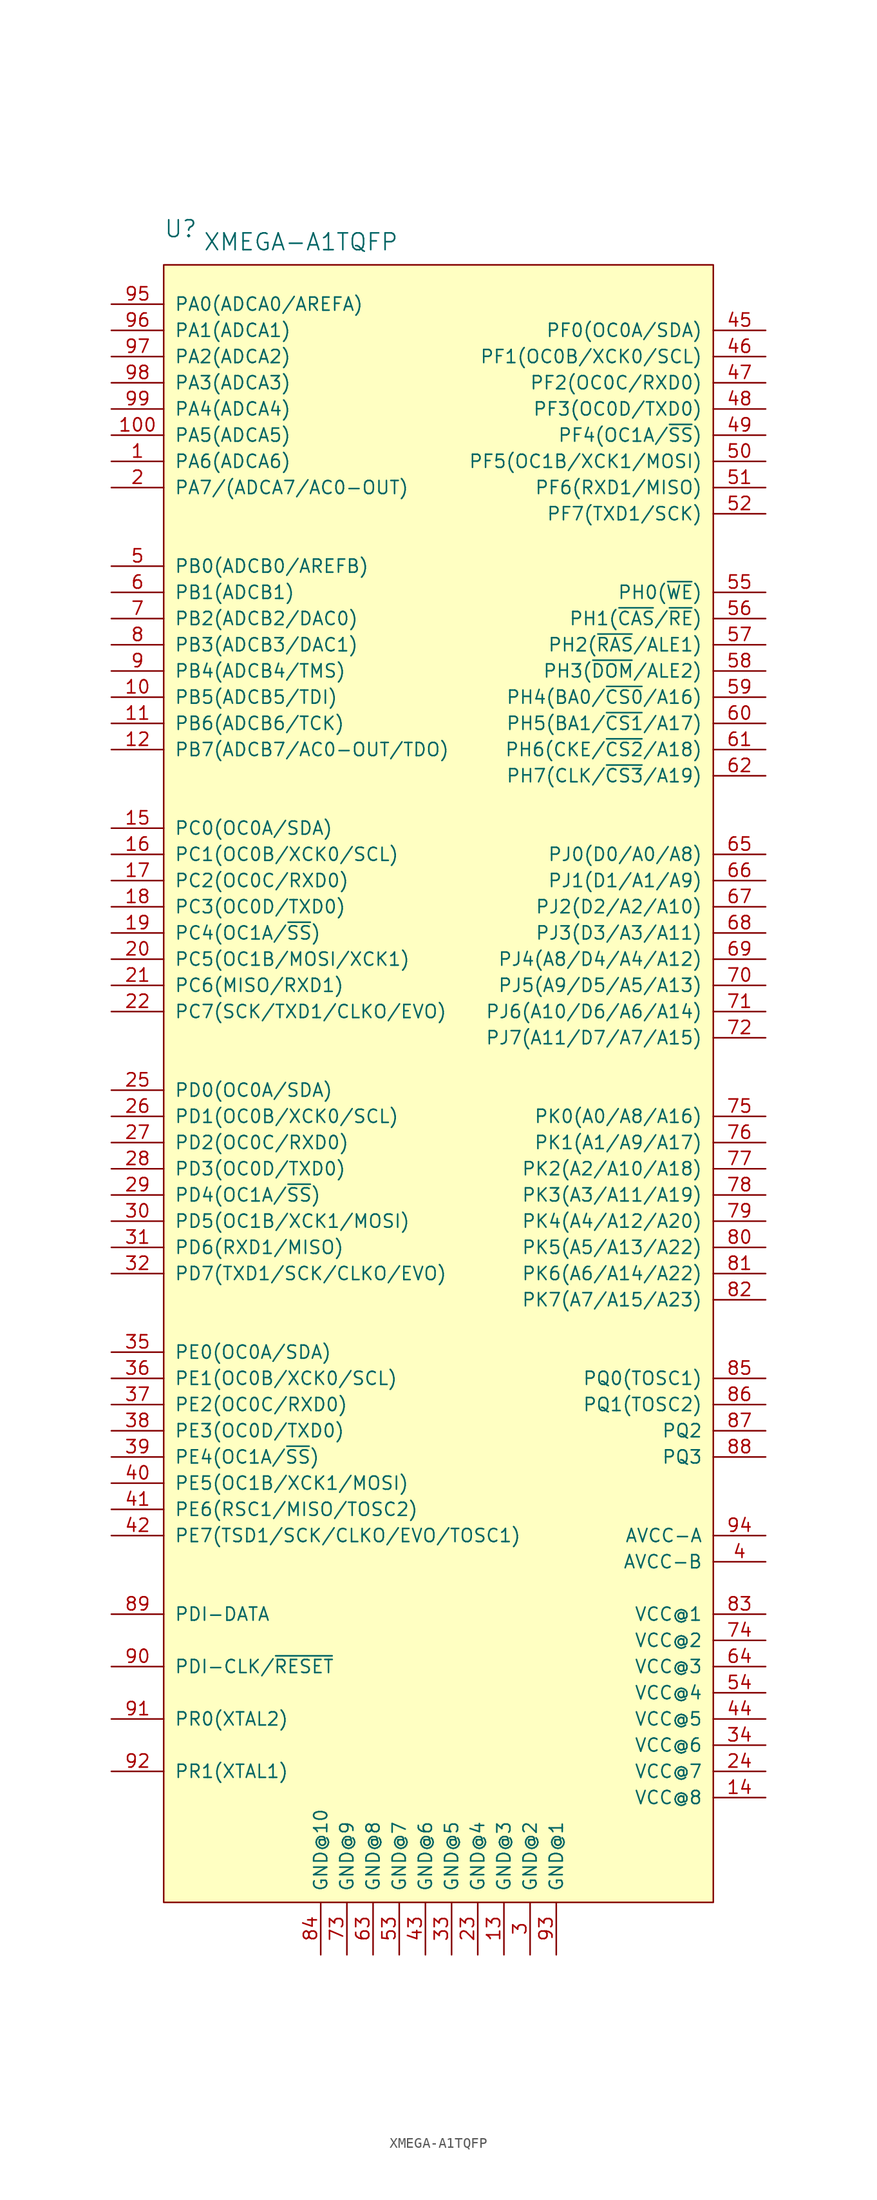
<source format=kicad_sym>
(kicad_symbol_lib
  (version 20211014)
  (generator kicad_symbol_editor)
  (symbol "XMEGA-A1TQFP"
    (pin_names
      (offset 1.016))
    (property "Reference" "U"
      (at -25.4 115.57 0)
      (effects (font (size 1.626 1.626)) (justify left bottom)))
    (property "Value" "XMEGA-A1TQFP"
      (at -21.59 114.3 0)
      (effects (font (size 1.626 1.626)) (justify left bottom)))
    (symbol "XMEGA-A1TQFP_0_1"
      (rectangle (start -25.4 113.03) (end 27.94 -45.72) (stroke (width 0) (type default) (color 0 0 0 0)) (fill (type background))))
    (symbol "XMEGA-A1TQFP_1_0"
      (pin bidirectional line (at -30.48 93.98 0) (length 5.08) (name "PA6(ADCA6)" (effects (font (size 1.27 1.27)))) (number "1" (effects (font (size 1.27 1.27)))))
      (pin bidirectional line (at -30.48 71.12 0) (length 5.08) (name "PB5(ADCB5/TDI)" (effects (font (size 1.27 1.27)))) (number "10" (effects (font (size 1.27 1.27)))))
      (pin bidirectional line (at -30.48 96.52 0) (length 5.08) (name "PA5(ADCA5)" (effects (font (size 1.27 1.27)))) (number "100" (effects (font (size 1.27 1.27)))))
      (pin bidirectional line (at -30.48 68.58 0) (length 5.08) (name "PB6(ADCB6/TCK)" (effects (font (size 1.27 1.27)))) (number "11" (effects (font (size 1.27 1.27)))))
      (pin bidirectional line (at -30.48 66.04 0) (length 5.08) (name "PB7(ADCB7/AC0-OUT/TDO)" (effects (font (size 1.27 1.27)))) (number "12" (effects (font (size 1.27 1.27)))))
      (pin power_in line (at 7.62 -50.8 90) (length 5.08) (name "GND@3" (effects (font (size 1.27 1.27)))) (number "13" (effects (font (size 1.27 1.27)))))
      (pin power_in line (at 33.02 -35.56 180) (length 5.08) (name "VCC@8" (effects (font (size 1.27 1.27)))) (number "14" (effects (font (size 1.27 1.27)))))
      (pin bidirectional line (at -30.48 58.42 0) (length 5.08) (name "PC0(OC0A/SDA)" (effects (font (size 1.27 1.27)))) (number "15" (effects (font (size 1.27 1.27)))))
      (pin bidirectional line (at -30.48 55.88 0) (length 5.08) (name "PC1(OC0B/XCK0/SCL)" (effects (font (size 1.27 1.27)))) (number "16" (effects (font (size 1.27 1.27)))))
      (pin bidirectional line (at -30.48 53.34 0) (length 5.08) (name "PC2(OC0C/RXD0)" (effects (font (size 1.27 1.27)))) (number "17" (effects (font (size 1.27 1.27)))))
      (pin bidirectional line (at -30.48 50.8 0) (length 5.08) (name "PC3(OC0D/TXD0)" (effects (font (size 1.27 1.27)))) (number "18" (effects (font (size 1.27 1.27)))))
      (pin bidirectional line (at -30.48 48.26 0) (length 5.08) (name "PC4(OC1A/~{SS})" (effects (font (size 1.27 1.27)))) (number "19" (effects (font (size 1.27 1.27)))))
      (pin bidirectional line (at -30.48 91.44 0) (length 5.08) (name "PA7/(ADCA7/AC0-OUT)" (effects (font (size 1.27 1.27)))) (number "2" (effects (font (size 1.27 1.27)))))
      (pin bidirectional line (at -30.48 45.72 0) (length 5.08) (name "PC5(OC1B/MOSI/XCK1)" (effects (font (size 1.27 1.27)))) (number "20" (effects (font (size 1.27 1.27)))))
      (pin bidirectional line (at -30.48 43.18 0) (length 5.08) (name "PC6(MISO/RXD1)" (effects (font (size 1.27 1.27)))) (number "21" (effects (font (size 1.27 1.27)))))
      (pin bidirectional line (at -30.48 40.64 0) (length 5.08) (name "PC7(SCK/TXD1/CLKO/EVO)" (effects (font (size 1.27 1.27)))) (number "22" (effects (font (size 1.27 1.27)))))
      (pin power_in line (at 5.08 -50.8 90) (length 5.08) (name "GND@4" (effects (font (size 1.27 1.27)))) (number "23" (effects (font (size 1.27 1.27)))))
      (pin power_in line (at 33.02 -33.02 180) (length 5.08) (name "VCC@7" (effects (font (size 1.27 1.27)))) (number "24" (effects (font (size 1.27 1.27)))))
      (pin bidirectional line (at -30.48 33.02 0) (length 5.08) (name "PD0(OC0A/SDA)" (effects (font (size 1.27 1.27)))) (number "25" (effects (font (size 1.27 1.27)))))
      (pin bidirectional line (at -30.48 30.48 0) (length 5.08) (name "PD1(OC0B/XCK0/SCL)" (effects (font (size 1.27 1.27)))) (number "26" (effects (font (size 1.27 1.27)))))
      (pin bidirectional line (at -30.48 27.94 0) (length 5.08) (name "PD2(OC0C/RXD0)" (effects (font (size 1.27 1.27)))) (number "27" (effects (font (size 1.27 1.27)))))
      (pin bidirectional line (at -30.48 25.4 0) (length 5.08) (name "PD3(OC0D/TXD0)" (effects (font (size 1.27 1.27)))) (number "28" (effects (font (size 1.27 1.27)))))
      (pin bidirectional line (at -30.48 22.86 0) (length 5.08) (name "PD4(OC1A/~{SS})" (effects (font (size 1.27 1.27)))) (number "29" (effects (font (size 1.27 1.27)))))
      (pin power_in line (at 10.16 -50.8 90) (length 5.08) (name "GND@2" (effects (font (size 1.27 1.27)))) (number "3" (effects (font (size 1.27 1.27)))))
      (pin bidirectional line (at -30.48 20.32 0) (length 5.08) (name "PD5(OC1B/XCK1/MOSI)" (effects (font (size 1.27 1.27)))) (number "30" (effects (font (size 1.27 1.27)))))
      (pin bidirectional line (at -30.48 17.78 0) (length 5.08) (name "PD6(RXD1/MISO)" (effects (font (size 1.27 1.27)))) (number "31" (effects (font (size 1.27 1.27)))))
      (pin bidirectional line (at -30.48 15.24 0) (length 5.08) (name "PD7(TXD1/SCK/CLKO/EVO)" (effects (font (size 1.27 1.27)))) (number "32" (effects (font (size 1.27 1.27)))))
      (pin power_in line (at 2.54 -50.8 90) (length 5.08) (name "GND@5" (effects (font (size 1.27 1.27)))) (number "33" (effects (font (size 1.27 1.27)))))
      (pin power_in line (at 33.02 -30.48 180) (length 5.08) (name "VCC@6" (effects (font (size 1.27 1.27)))) (number "34" (effects (font (size 1.27 1.27)))))
      (pin bidirectional line (at -30.48 7.62 0) (length 5.08) (name "PE0(OC0A/SDA)" (effects (font (size 1.27 1.27)))) (number "35" (effects (font (size 1.27 1.27)))))
      (pin bidirectional line (at -30.48 5.08 0) (length 5.08) (name "PE1(OC0B/XCK0/SCL)" (effects (font (size 1.27 1.27)))) (number "36" (effects (font (size 1.27 1.27)))))
      (pin bidirectional line (at -30.48 2.54 0) (length 5.08) (name "PE2(OC0C/RXD0)" (effects (font (size 1.27 1.27)))) (number "37" (effects (font (size 1.27 1.27)))))
      (pin bidirectional line (at -30.48 0 0) (length 5.08) (name "PE3(OC0D/TXD0)" (effects (font (size 1.27 1.27)))) (number "38" (effects (font (size 1.27 1.27)))))
      (pin bidirectional line (at -30.48 -2.54 0) (length 5.08) (name "PE4(OC1A/~{SS})" (effects (font (size 1.27 1.27)))) (number "39" (effects (font (size 1.27 1.27)))))
      (pin passive line (at 33.02 -12.7 180) (length 5.08) (name "AVCC-B" (effects (font (size 1.27 1.27)))) (number "4" (effects (font (size 1.27 1.27)))))
      (pin bidirectional line (at -30.48 -5.08 0) (length 5.08) (name "PE5(OC1B/XCK1/MOSI)" (effects (font (size 1.27 1.27)))) (number "40" (effects (font (size 1.27 1.27)))))
      (pin bidirectional line (at -30.48 -7.62 0) (length 5.08) (name "PE6(RSC1/MISO/TOSC2)" (effects (font (size 1.27 1.27)))) (number "41" (effects (font (size 1.27 1.27)))))
      (pin bidirectional line (at -30.48 -10.16 0) (length 5.08) (name "PE7(TSD1/SCK/CLKO/EVO/TOSC1)" (effects (font (size 1.27 1.27)))) (number "42" (effects (font (size 1.27 1.27)))))
      (pin power_in line (at 0 -50.8 90) (length 5.08) (name "GND@6" (effects (font (size 1.27 1.27)))) (number "43" (effects (font (size 1.27 1.27)))))
      (pin power_in line (at 33.02 -27.94 180) (length 5.08) (name "VCC@5" (effects (font (size 1.27 1.27)))) (number "44" (effects (font (size 1.27 1.27)))))
      (pin bidirectional line (at 33.02 106.68 180) (length 5.08) (name "PF0(OC0A/SDA)" (effects (font (size 1.27 1.27)))) (number "45" (effects (font (size 1.27 1.27)))))
      (pin bidirectional line (at 33.02 104.14 180) (length 5.08) (name "PF1(OC0B/XCK0/SCL)" (effects (font (size 1.27 1.27)))) (number "46" (effects (font (size 1.27 1.27)))))
      (pin bidirectional line (at 33.02 101.6 180) (length 5.08) (name "PF2(OC0C/RXD0)" (effects (font (size 1.27 1.27)))) (number "47" (effects (font (size 1.27 1.27)))))
      (pin bidirectional line (at 33.02 99.06 180) (length 5.08) (name "PF3(OC0D/TXD0)" (effects (font (size 1.27 1.27)))) (number "48" (effects (font (size 1.27 1.27)))))
      (pin bidirectional line (at 33.02 96.52 180) (length 5.08) (name "PF4(OC1A/~{SS})" (effects (font (size 1.27 1.27)))) (number "49" (effects (font (size 1.27 1.27)))))
      (pin bidirectional line (at -30.48 83.82 0) (length 5.08) (name "PB0(ADCB0/AREFB)" (effects (font (size 1.27 1.27)))) (number "5" (effects (font (size 1.27 1.27)))))
      (pin bidirectional line (at 33.02 93.98 180) (length 5.08) (name "PF5(OC1B/XCK1/MOSI)" (effects (font (size 1.27 1.27)))) (number "50" (effects (font (size 1.27 1.27)))))
      (pin bidirectional line (at 33.02 91.44 180) (length 5.08) (name "PF6(RXD1/MISO)" (effects (font (size 1.27 1.27)))) (number "51" (effects (font (size 1.27 1.27)))))
      (pin bidirectional line (at 33.02 88.9 180) (length 5.08) (name "PF7(TXD1/SCK)" (effects (font (size 1.27 1.27)))) (number "52" (effects (font (size 1.27 1.27)))))
      (pin power_in line (at -2.54 -50.8 90) (length 5.08) (name "GND@7" (effects (font (size 1.27 1.27)))) (number "53" (effects (font (size 1.27 1.27)))))
      (pin power_in line (at 33.02 -25.4 180) (length 5.08) (name "VCC@4" (effects (font (size 1.27 1.27)))) (number "54" (effects (font (size 1.27 1.27)))))
      (pin bidirectional line (at 33.02 81.28 180) (length 5.08) (name "PH0(~{WE})" (effects (font (size 1.27 1.27)))) (number "55" (effects (font (size 1.27 1.27)))))
      (pin bidirectional line (at 33.02 78.74 180) (length 5.08) (name "PH1(~{CAS}/~{RE})" (effects (font (size 1.27 1.27)))) (number "56" (effects (font (size 1.27 1.27)))))
      (pin bidirectional line (at 33.02 76.2 180) (length 5.08) (name "PH2(~{RAS}/ALE1)" (effects (font (size 1.27 1.27)))) (number "57" (effects (font (size 1.27 1.27)))))
      (pin bidirectional line (at 33.02 73.66 180) (length 5.08) (name "PH3(~{DOM}/ALE2)" (effects (font (size 1.27 1.27)))) (number "58" (effects (font (size 1.27 1.27)))))
      (pin bidirectional line (at 33.02 71.12 180) (length 5.08) (name "PH4(BA0/~{CS0}/A16)" (effects (font (size 1.27 1.27)))) (number "59" (effects (font (size 1.27 1.27)))))
      (pin bidirectional line (at -30.48 81.28 0) (length 5.08) (name "PB1(ADCB1)" (effects (font (size 1.27 1.27)))) (number "6" (effects (font (size 1.27 1.27)))))
      (pin bidirectional line (at 33.02 68.58 180) (length 5.08) (name "PH5(BA1/~{CS1}/A17)" (effects (font (size 1.27 1.27)))) (number "60" (effects (font (size 1.27 1.27)))))
      (pin bidirectional line (at 33.02 66.04 180) (length 5.08) (name "PH6(CKE/~{CS2}/A18)" (effects (font (size 1.27 1.27)))) (number "61" (effects (font (size 1.27 1.27)))))
      (pin bidirectional line (at 33.02 63.5 180) (length 5.08) (name "PH7(CLK/~{CS3}/A19)" (effects (font (size 1.27 1.27)))) (number "62" (effects (font (size 1.27 1.27)))))
      (pin power_in line (at -5.08 -50.8 90) (length 5.08) (name "GND@8" (effects (font (size 1.27 1.27)))) (number "63" (effects (font (size 1.27 1.27)))))
      (pin power_in line (at 33.02 -22.86 180) (length 5.08) (name "VCC@3" (effects (font (size 1.27 1.27)))) (number "64" (effects (font (size 1.27 1.27)))))
      (pin bidirectional line (at 33.02 55.88 180) (length 5.08) (name "PJ0(D0/A0/A8)" (effects (font (size 1.27 1.27)))) (number "65" (effects (font (size 1.27 1.27)))))
      (pin bidirectional line (at 33.02 53.34 180) (length 5.08) (name "PJ1(D1/A1/A9)" (effects (font (size 1.27 1.27)))) (number "66" (effects (font (size 1.27 1.27)))))
      (pin bidirectional line (at 33.02 50.8 180) (length 5.08) (name "PJ2(D2/A2/A10)" (effects (font (size 1.27 1.27)))) (number "67" (effects (font (size 1.27 1.27)))))
      (pin bidirectional line (at 33.02 48.26 180) (length 5.08) (name "PJ3(D3/A3/A11)" (effects (font (size 1.27 1.27)))) (number "68" (effects (font (size 1.27 1.27)))))
      (pin bidirectional line (at 33.02 45.72 180) (length 5.08) (name "PJ4(A8/D4/A4/A12)" (effects (font (size 1.27 1.27)))) (number "69" (effects (font (size 1.27 1.27)))))
      (pin bidirectional line (at -30.48 78.74 0) (length 5.08) (name "PB2(ADCB2/DAC0)" (effects (font (size 1.27 1.27)))) (number "7" (effects (font (size 1.27 1.27)))))
      (pin bidirectional line (at 33.02 43.18 180) (length 5.08) (name "PJ5(A9/D5/A5/A13)" (effects (font (size 1.27 1.27)))) (number "70" (effects (font (size 1.27 1.27)))))
      (pin bidirectional line (at 33.02 40.64 180) (length 5.08) (name "PJ6(A10/D6/A6/A14)" (effects (font (size 1.27 1.27)))) (number "71" (effects (font (size 1.27 1.27)))))
      (pin bidirectional line (at 33.02 38.1 180) (length 5.08) (name "PJ7(A11/D7/A7/A15)" (effects (font (size 1.27 1.27)))) (number "72" (effects (font (size 1.27 1.27)))))
      (pin power_in line (at -7.62 -50.8 90) (length 5.08) (name "GND@9" (effects (font (size 1.27 1.27)))) (number "73" (effects (font (size 1.27 1.27)))))
      (pin power_in line (at 33.02 -20.32 180) (length 5.08) (name "VCC@2" (effects (font (size 1.27 1.27)))) (number "74" (effects (font (size 1.27 1.27)))))
      (pin bidirectional line (at 33.02 30.48 180) (length 5.08) (name "PK0(A0/A8/A16)" (effects (font (size 1.27 1.27)))) (number "75" (effects (font (size 1.27 1.27)))))
      (pin bidirectional line (at 33.02 27.94 180) (length 5.08) (name "PK1(A1/A9/A17)" (effects (font (size 1.27 1.27)))) (number "76" (effects (font (size 1.27 1.27)))))
      (pin bidirectional line (at 33.02 25.4 180) (length 5.08) (name "PK2(A2/A10/A18)" (effects (font (size 1.27 1.27)))) (number "77" (effects (font (size 1.27 1.27)))))
      (pin bidirectional line (at 33.02 22.86 180) (length 5.08) (name "PK3(A3/A11/A19)" (effects (font (size 1.27 1.27)))) (number "78" (effects (font (size 1.27 1.27)))))
      (pin bidirectional line (at 33.02 20.32 180) (length 5.08) (name "PK4(A4/A12/A20)" (effects (font (size 1.27 1.27)))) (number "79" (effects (font (size 1.27 1.27)))))
      (pin bidirectional line (at -30.48 76.2 0) (length 5.08) (name "PB3(ADCB3/DAC1)" (effects (font (size 1.27 1.27)))) (number "8" (effects (font (size 1.27 1.27)))))
      (pin bidirectional line (at 33.02 17.78 180) (length 5.08) (name "PK5(A5/A13/A22)" (effects (font (size 1.27 1.27)))) (number "80" (effects (font (size 1.27 1.27)))))
      (pin bidirectional line (at 33.02 15.24 180) (length 5.08) (name "PK6(A6/A14/A22)" (effects (font (size 1.27 1.27)))) (number "81" (effects (font (size 1.27 1.27)))))
      (pin bidirectional line (at 33.02 12.7 180) (length 5.08) (name "PK7(A7/A15/A23)" (effects (font (size 1.27 1.27)))) (number "82" (effects (font (size 1.27 1.27)))))
      (pin power_in line (at 33.02 -17.78 180) (length 5.08) (name "VCC@1" (effects (font (size 1.27 1.27)))) (number "83" (effects (font (size 1.27 1.27)))))
      (pin power_in line (at -10.16 -50.8 90) (length 5.08) (name "GND@10" (effects (font (size 1.27 1.27)))) (number "84" (effects (font (size 1.27 1.27)))))
      (pin bidirectional line (at 33.02 5.08 180) (length 5.08) (name "PQ0(TOSC1)" (effects (font (size 1.27 1.27)))) (number "85" (effects (font (size 1.27 1.27)))))
      (pin bidirectional line (at 33.02 2.54 180) (length 5.08) (name "PQ1(TOSC2)" (effects (font (size 1.27 1.27)))) (number "86" (effects (font (size 1.27 1.27)))))
      (pin bidirectional line (at 33.02 0 180) (length 5.08) (name "PQ2" (effects (font (size 1.27 1.27)))) (number "87" (effects (font (size 1.27 1.27)))))
      (pin bidirectional line (at 33.02 -2.54 180) (length 5.08) (name "PQ3" (effects (font (size 1.27 1.27)))) (number "88" (effects (font (size 1.27 1.27)))))
      (pin bidirectional line (at -30.48 -17.78 0) (length 5.08) (name "PDI-DATA" (effects (font (size 1.27 1.27)))) (number "89" (effects (font (size 1.27 1.27)))))
      (pin bidirectional line (at -30.48 73.66 0) (length 5.08) (name "PB4(ADCB4/TMS)" (effects (font (size 1.27 1.27)))) (number "9" (effects (font (size 1.27 1.27)))))
      (pin input line (at -30.48 -22.86 0) (length 5.08) (name "PDI-CLK/~{RESET}" (effects (font (size 1.27 1.27)))) (number "90" (effects (font (size 1.27 1.27)))))
      (pin bidirectional line (at -30.48 -27.94 0) (length 5.08) (name "PR0(XTAL2)" (effects (font (size 1.27 1.27)))) (number "91" (effects (font (size 1.27 1.27)))))
      (pin bidirectional line (at -30.48 -33.02 0) (length 5.08) (name "PR1(XTAL1)" (effects (font (size 1.27 1.27)))) (number "92" (effects (font (size 1.27 1.27)))))
      (pin power_in line (at 12.7 -50.8 90) (length 5.08) (name "GND@1" (effects (font (size 1.27 1.27)))) (number "93" (effects (font (size 1.27 1.27)))))
      (pin passive line (at 33.02 -10.16 180) (length 5.08) (name "AVCC-A" (effects (font (size 1.27 1.27)))) (number "94" (effects (font (size 1.27 1.27)))))
      (pin bidirectional line (at -30.48 109.22 0) (length 5.08) (name "PA0(ADCA0/AREFA)" (effects (font (size 1.27 1.27)))) (number "95" (effects (font (size 1.27 1.27)))))
      (pin bidirectional line (at -30.48 106.68 0) (length 5.08) (name "PA1(ADCA1)" (effects (font (size 1.27 1.27)))) (number "96" (effects (font (size 1.27 1.27)))))
      (pin bidirectional line (at -30.48 104.14 0) (length 5.08) (name "PA2(ADCA2)" (effects (font (size 1.27 1.27)))) (number "97" (effects (font (size 1.27 1.27)))))
      (pin bidirectional line (at -30.48 101.6 0) (length 5.08) (name "PA3(ADCA3)" (effects (font (size 1.27 1.27)))) (number "98" (effects (font (size 1.27 1.27)))))
      (pin bidirectional line (at -30.48 99.06 0) (length 5.08) (name "PA4(ADCA4)" (effects (font (size 1.27 1.27)))) (number "99" (effects (font (size 1.27 1.27))))))))
</source>
